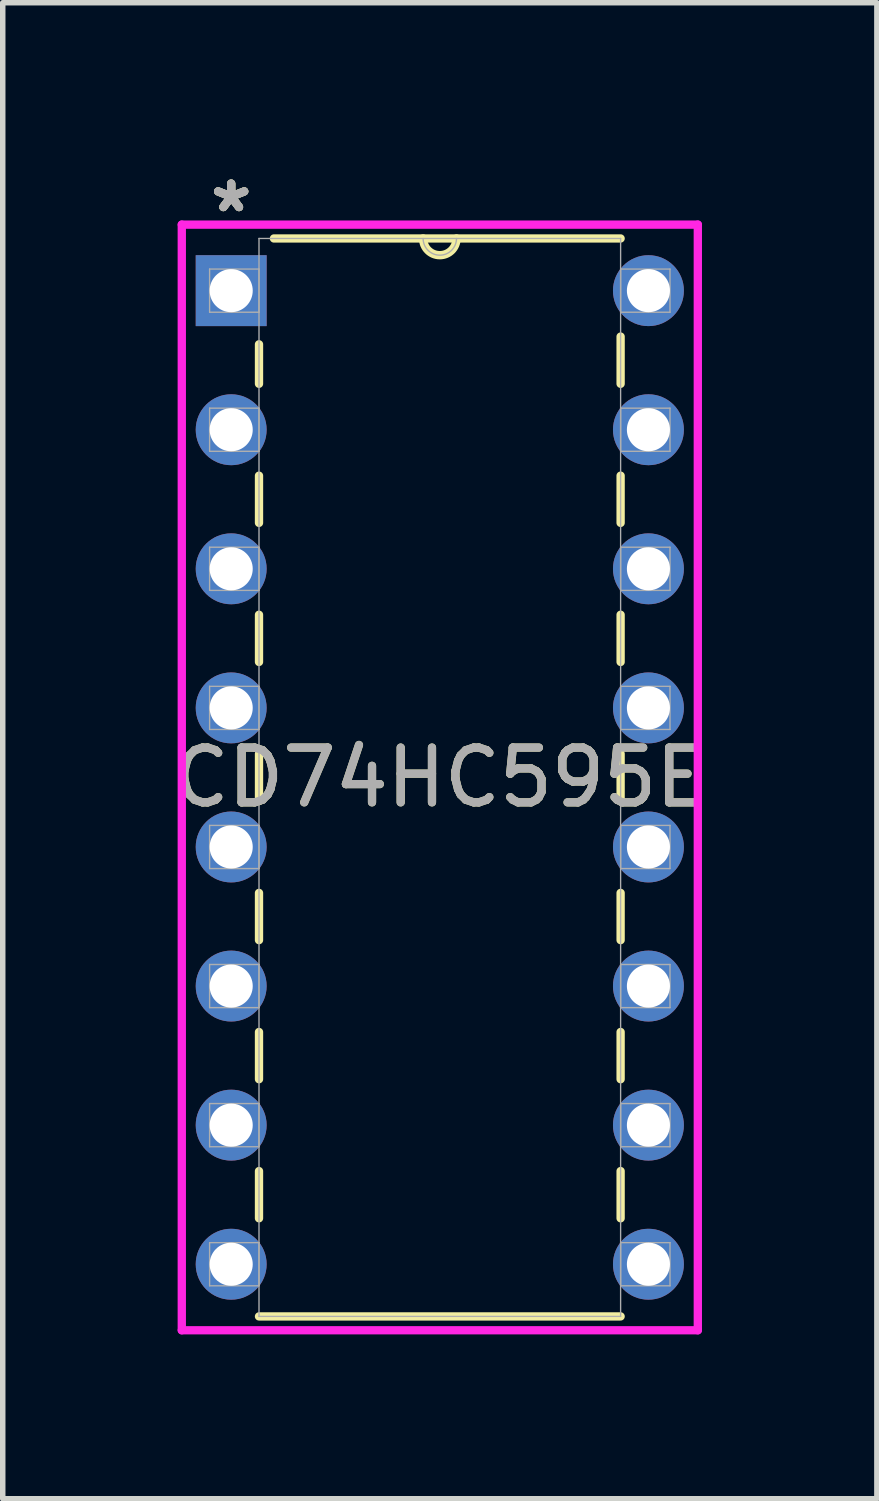
<source format=kicad_pcb>
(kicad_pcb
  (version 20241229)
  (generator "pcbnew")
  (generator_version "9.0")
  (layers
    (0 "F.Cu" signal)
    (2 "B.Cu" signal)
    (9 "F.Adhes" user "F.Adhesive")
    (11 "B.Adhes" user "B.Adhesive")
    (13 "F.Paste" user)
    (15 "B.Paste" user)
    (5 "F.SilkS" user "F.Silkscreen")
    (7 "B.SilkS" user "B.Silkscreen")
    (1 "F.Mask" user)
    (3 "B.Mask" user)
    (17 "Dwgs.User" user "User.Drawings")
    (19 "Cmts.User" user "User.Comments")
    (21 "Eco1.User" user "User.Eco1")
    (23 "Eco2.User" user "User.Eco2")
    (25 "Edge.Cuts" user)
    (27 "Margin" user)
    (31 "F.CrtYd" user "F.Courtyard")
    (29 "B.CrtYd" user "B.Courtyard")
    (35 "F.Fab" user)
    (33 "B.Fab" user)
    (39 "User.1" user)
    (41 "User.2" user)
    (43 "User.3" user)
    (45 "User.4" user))
  (footprint "CD74HC595E"
    (layer "F.Cu")
    (at 8.792 20.038)
    (property "Reference" "CD74HC595E" (at -3.81 -8.89 0) (unlocked yes) (layer "F.SilkS") (effects (font (size 1 1) (thickness 0.15))))
    (attr through_hole)
    (fp_line (start -7.112 -16.8) (end -7.112 -16.079) (stroke (width 0.152) (type solid)) (layer "F.SilkS"))
    (fp_line (start -7.112 -14.401) (end -7.112 -13.539) (stroke (width 0.152) (type solid)) (layer "F.SilkS"))
    (fp_line (start -7.112 -11.861) (end -7.112 -10.999) (stroke (width 0.152) (type solid)) (layer "F.SilkS"))
    (fp_line (start -7.112 -9.321) (end -7.112 -8.459) (stroke (width 0.152) (type solid)) (layer "F.SilkS"))
    (fp_line (start -7.112 -6.781) (end -7.112 -5.919) (stroke (width 0.152) (type solid)) (layer "F.SilkS"))
    (fp_line (start -7.112 -4.241) (end -7.112 -3.379) (stroke (width 0.152) (type solid)) (layer "F.SilkS"))
    (fp_line (start -7.112 -1.701) (end -7.112 -0.839) (stroke (width 0.152) (type solid)) (layer "F.SilkS"))
    (fp_line (start -7.112 0.953) (end -0.508 0.953) (stroke (width 0.152) (type solid)) (layer "F.SilkS"))
    (fp_line (start -0.508 -18.733) (end -6.839 -18.733) (stroke (width 0.152) (type solid)) (layer "F.SilkS"))
    (fp_line (start -0.508 -16.079) (end -0.508 -16.941) (stroke (width 0.152) (type solid)) (layer "F.SilkS"))
    (fp_line (start -0.508 -13.539) (end -0.508 -14.401) (stroke (width 0.152) (type solid)) (layer "F.SilkS"))
    (fp_line (start -0.508 -10.999) (end -0.508 -11.861) (stroke (width 0.152) (type solid)) (layer "F.SilkS"))
    (fp_line (start -0.508 -8.459) (end -0.508 -9.321) (stroke (width 0.152) (type solid)) (layer "F.SilkS"))
    (fp_line (start -0.508 -5.919) (end -0.508 -6.781) (stroke (width 0.152) (type solid)) (layer "F.SilkS"))
    (fp_line (start -0.508 -3.379) (end -0.508 -4.241) (stroke (width 0.152) (type solid)) (layer "F.SilkS"))
    (fp_line (start -0.508 -0.839) (end -0.508 -1.701) (stroke (width 0.152) (type solid)) (layer "F.SilkS"))
    (fp_arc (start -3.5052 -18.7325) (mid -3.81 -18.4277) (end -4.1148 -18.7325) (stroke (width 0.1524) (type solid)) (layer "F.SilkS"))
    (fp_line (start -8.522 -18.986) (end -8.522 1.206) (stroke (width 0.152) (type solid)) (layer "F.CrtYd"))
    (fp_line (start -8.522 1.206) (end 0.902 1.206) (stroke (width 0.152) (type solid)) (layer "F.CrtYd"))
    (fp_line (start 0.902 -18.986) (end -8.522 -18.986) (stroke (width 0.152) (type solid)) (layer "F.CrtYd"))
    (fp_line (start 0.902 1.206) (end 0.902 -18.986) (stroke (width 0.152) (type solid)) (layer "F.CrtYd"))
    (fp_line (start -8.014 -18.174) (end -8.014 -17.386) (stroke (width 0.025) (type solid)) (layer "F.Fab"))
    (fp_line (start -8.014 -17.386) (end -7.112 -17.386) (stroke (width 0.025) (type solid)) (layer "F.Fab"))
    (fp_line (start -8.014 -15.634) (end -8.014 -14.846) (stroke (width 0.025) (type solid)) (layer "F.Fab"))
    (fp_line (start -8.014 -14.846) (end -7.112 -14.846) (stroke (width 0.025) (type solid)) (layer "F.Fab"))
    (fp_line (start -8.014 -13.094) (end -8.014 -12.306) (stroke (width 0.025) (type solid)) (layer "F.Fab"))
    (fp_line (start -8.014 -12.306) (end -7.112 -12.306) (stroke (width 0.025) (type solid)) (layer "F.Fab"))
    (fp_line (start -8.014 -10.554) (end -8.014 -9.766) (stroke (width 0.025) (type solid)) (layer "F.Fab"))
    (fp_line (start -8.014 -9.766) (end -7.112 -9.766) (stroke (width 0.025) (type solid)) (layer "F.Fab"))
    (fp_line (start -8.014 -8.014) (end -8.014 -7.226) (stroke (width 0.025) (type solid)) (layer "F.Fab"))
    (fp_line (start -8.014 -7.226) (end -7.112 -7.226) (stroke (width 0.025) (type solid)) (layer "F.Fab"))
    (fp_line (start -8.014 -5.474) (end -8.014 -4.686) (stroke (width 0.025) (type solid)) (layer "F.Fab"))
    (fp_line (start -8.014 -4.686) (end -7.112 -4.686) (stroke (width 0.025) (type solid)) (layer "F.Fab"))
    (fp_line (start -8.014 -2.934) (end -8.014 -2.146) (stroke (width 0.025) (type solid)) (layer "F.Fab"))
    (fp_line (start -8.014 -2.146) (end -7.112 -2.146) (stroke (width 0.025) (type solid)) (layer "F.Fab"))
    (fp_line (start -8.014 -0.394) (end -8.014 0.394) (stroke (width 0.025) (type solid)) (layer "F.Fab"))
    (fp_line (start -8.014 0.394) (end -7.112 0.394) (stroke (width 0.025) (type solid)) (layer "F.Fab"))
    (fp_line (start -7.112 -18.733) (end -7.112 0.953) (stroke (width 0.025) (type solid)) (layer "F.Fab"))
    (fp_line (start -7.112 -18.174) (end -8.014 -18.174) (stroke (width 0.025) (type solid)) (layer "F.Fab"))
    (fp_line (start -7.112 -17.386) (end -7.112 -18.174) (stroke (width 0.025) (type solid)) (layer "F.Fab"))
    (fp_line (start -7.112 -15.634) (end -8.014 -15.634) (stroke (width 0.025) (type solid)) (layer "F.Fab"))
    (fp_line (start -7.112 -14.846) (end -7.112 -15.634) (stroke (width 0.025) (type solid)) (layer "F.Fab"))
    (fp_line (start -7.112 -13.094) (end -8.014 -13.094) (stroke (width 0.025) (type solid)) (layer "F.Fab"))
    (fp_line (start -7.112 -12.306) (end -7.112 -13.094) (stroke (width 0.025) (type solid)) (layer "F.Fab"))
    (fp_line (start -7.112 -10.554) (end -8.014 -10.554) (stroke (width 0.025) (type solid)) (layer "F.Fab"))
    (fp_line (start -7.112 -9.766) (end -7.112 -10.554) (stroke (width 0.025) (type solid)) (layer "F.Fab"))
    (fp_line (start -7.112 -8.014) (end -8.014 -8.014) (stroke (width 0.025) (type solid)) (layer "F.Fab"))
    (fp_line (start -7.112 -7.226) (end -7.112 -8.014) (stroke (width 0.025) (type solid)) (layer "F.Fab"))
    (fp_line (start -7.112 -5.474) (end -8.014 -5.474) (stroke (width 0.025) (type solid)) (layer "F.Fab"))
    (fp_line (start -7.112 -4.686) (end -7.112 -5.474) (stroke (width 0.025) (type solid)) (layer "F.Fab"))
    (fp_line (start -7.112 -2.934) (end -8.014 -2.934) (stroke (width 0.025) (type solid)) (layer "F.Fab"))
    (fp_line (start -7.112 -2.146) (end -7.112 -2.934) (stroke (width 0.025) (type solid)) (layer "F.Fab"))
    (fp_line (start -7.112 -0.394) (end -8.014 -0.394) (stroke (width 0.025) (type solid)) (layer "F.Fab"))
    (fp_line (start -7.112 0.394) (end -7.112 -0.394) (stroke (width 0.025) (type solid)) (layer "F.Fab"))
    (fp_line (start -7.112 0.953) (end -0.508 0.953) (stroke (width 0.025) (type solid)) (layer "F.Fab"))
    (fp_line (start -0.508 -18.733) (end -7.112 -18.733) (stroke (width 0.025) (type solid)) (layer "F.Fab"))
    (fp_line (start -0.508 -18.174) (end -0.508 -17.386) (stroke (width 0.025) (type solid)) (layer "F.Fab"))
    (fp_line (start -0.508 -17.386) (end 0.394 -17.386) (stroke (width 0.025) (type solid)) (layer "F.Fab"))
    (fp_line (start -0.508 -15.634) (end -0.508 -14.846) (stroke (width 0.025) (type solid)) (layer "F.Fab"))
    (fp_line (start -0.508 -14.846) (end 0.394 -14.846) (stroke (width 0.025) (type solid)) (layer "F.Fab"))
    (fp_line (start -0.508 -13.094) (end -0.508 -12.306) (stroke (width 0.025) (type solid)) (layer "F.Fab"))
    (fp_line (start -0.508 -12.306) (end 0.394 -12.306) (stroke (width 0.025) (type solid)) (layer "F.Fab"))
    (fp_line (start -0.508 -10.554) (end -0.508 -9.766) (stroke (width 0.025) (type solid)) (layer "F.Fab"))
    (fp_line (start -0.508 -9.766) (end 0.394 -9.766) (stroke (width 0.025) (type solid)) (layer "F.Fab"))
    (fp_line (start -0.508 -8.014) (end -0.508 -7.226) (stroke (width 0.025) (type solid)) (layer "F.Fab"))
    (fp_line (start -0.508 -7.226) (end 0.394 -7.226) (stroke (width 0.025) (type solid)) (layer "F.Fab"))
    (fp_line (start -0.508 -5.474) (end -0.508 -4.686) (stroke (width 0.025) (type solid)) (layer "F.Fab"))
    (fp_line (start -0.508 -4.686) (end 0.394 -4.686) (stroke (width 0.025) (type solid)) (layer "F.Fab"))
    (fp_line (start -0.508 -2.934) (end -0.508 -2.146) (stroke (width 0.025) (type solid)) (layer "F.Fab"))
    (fp_line (start -0.508 -2.146) (end 0.394 -2.146) (stroke (width 0.025) (type solid)) (layer "F.Fab"))
    (fp_line (start -0.508 -0.394) (end -0.508 0.394) (stroke (width 0.025) (type solid)) (layer "F.Fab"))
    (fp_line (start -0.508 0.394) (end 0.394 0.394) (stroke (width 0.025) (type solid)) (layer "F.Fab"))
    (fp_line (start -0.508 0.953) (end -0.508 -18.733) (stroke (width 0.025) (type solid)) (layer "F.Fab"))
    (fp_line (start 0.394 -18.174) (end -0.508 -18.174) (stroke (width 0.025) (type solid)) (layer "F.Fab"))
    (fp_line (start 0.394 -17.386) (end 0.394 -18.174) (stroke (width 0.025) (type solid)) (layer "F.Fab"))
    (fp_line (start 0.394 -15.634) (end -0.508 -15.634) (stroke (width 0.025) (type solid)) (layer "F.Fab"))
    (fp_line (start 0.394 -14.846) (end 0.394 -15.634) (stroke (width 0.025) (type solid)) (layer "F.Fab"))
    (fp_line (start 0.394 -13.094) (end -0.508 -13.094) (stroke (width 0.025) (type solid)) (layer "F.Fab"))
    (fp_line (start 0.394 -12.306) (end 0.394 -13.094) (stroke (width 0.025) (type solid)) (layer "F.Fab"))
    (fp_line (start 0.394 -10.554) (end -0.508 -10.554) (stroke (width 0.025) (type solid)) (layer "F.Fab"))
    (fp_line (start 0.394 -9.766) (end 0.394 -10.554) (stroke (width 0.025) (type solid)) (layer "F.Fab"))
    (fp_line (start 0.394 -8.014) (end -0.508 -8.014) (stroke (width 0.025) (type solid)) (layer "F.Fab"))
    (fp_line (start 0.394 -7.226) (end 0.394 -8.014) (stroke (width 0.025) (type solid)) (layer "F.Fab"))
    (fp_line (start 0.394 -5.474) (end -0.508 -5.474) (stroke (width 0.025) (type solid)) (layer "F.Fab"))
    (fp_line (start 0.394 -4.686) (end 0.394 -5.474) (stroke (width 0.025) (type solid)) (layer "F.Fab"))
    (fp_line (start 0.394 -2.934) (end -0.508 -2.934) (stroke (width 0.025) (type solid)) (layer "F.Fab"))
    (fp_line (start 0.394 -2.146) (end 0.394 -2.934) (stroke (width 0.025) (type solid)) (layer "F.Fab"))
    (fp_line (start 0.394 -0.394) (end -0.508 -0.394) (stroke (width 0.025) (type solid)) (layer "F.Fab"))
    (fp_line (start 0.394 0.394) (end 0.394 -0.394) (stroke (width 0.025) (type solid)) (layer "F.Fab"))
    (fp_arc (start -3.5052 -18.7325) (mid -3.81 -18.4277) (end -4.1148 -18.7325) (stroke (width 0.0254) (type solid)) (layer "F.Fab"))
    (fp_text user "*" (at -7.62 -19.19 0) (unlocked yes) (layer "F.SilkS") (effects (font (size 1 1) (thickness 0.15))))
    (fp_text user "*" (at -7.62 -19.19 0) (layer "F.SilkS") (effects (font (size 1 1) (thickness 0.15))))
    (fp_text user "*" (at -7.62 -19.19 0) (layer "F.Fab") (effects (font (size 1 1) (thickness 0.15))))
    (fp_text user "*" (at -7.62 -19.19 0) (unlocked yes) (layer "F.Fab") (effects (font (size 1 1) (thickness 0.15))))
    (fp_text user "${REFERENCE}" (at -3.81 -8.89 0) (unlocked yes) (layer "F.Fab") (effects (font (size 1 1) (thickness 0.15))))
    (pad "1" thru_hole rect (at -7.62 -17.78) (size 1.295 1.295) (drill 0.787) (layers "*.Cu" "*.Mask"))
    (pad "2" thru_hole circle (at -7.62 -15.24) (size 1.295 1.295) (drill 0.787) (layers "*.Cu" "*.Mask"))
    (pad "3" thru_hole circle (at -7.62 -12.7) (size 1.295 1.295) (drill 0.787) (layers "*.Cu" "*.Mask"))
    (pad "4" thru_hole circle (at -7.62 -10.16) (size 1.295 1.295) (drill 0.787) (layers "*.Cu" "*.Mask"))
    (pad "5" thru_hole circle (at -7.62 -7.62) (size 1.295 1.295) (drill 0.787) (layers "*.Cu" "*.Mask"))
    (pad "6" thru_hole circle (at -7.62 -5.08) (size 1.295 1.295) (drill 0.787) (layers "*.Cu" "*.Mask"))
    (pad "7" thru_hole circle (at -7.62 -2.54) (size 1.295 1.295) (drill 0.787) (layers "*.Cu" "*.Mask"))
    (pad "8" thru_hole circle (at -7.62 0) (size 1.295 1.295) (drill 0.787) (layers "*.Cu" "*.Mask"))
    (pad "9" thru_hole circle (at 0 0) (size 1.295 1.295) (drill 0.787) (layers "*.Cu" "*.Mask"))
    (pad "10" thru_hole circle (at 0 -2.54) (size 1.295 1.295) (drill 0.787) (layers "*.Cu" "*.Mask"))
    (pad "11" thru_hole circle (at 0 -5.08) (size 1.295 1.295) (drill 0.787) (layers "*.Cu" "*.Mask"))
    (pad "12" thru_hole circle (at 0 -7.62) (size 1.295 1.295) (drill 0.787) (layers "*.Cu" "*.Mask"))
    (pad "13" thru_hole circle (at 0 -10.16) (size 1.295 1.295) (drill 0.787) (layers "*.Cu" "*.Mask"))
    (pad "14" thru_hole circle (at 0 -12.7) (size 1.295 1.295) (drill 0.787) (layers "*.Cu" "*.Mask"))
    (pad "15" thru_hole circle (at 0 -15.24) (size 1.295 1.295) (drill 0.787) (layers "*.Cu" "*.Mask"))
    (pad "16" thru_hole circle (at 0 -17.78) (size 1.295 1.295) (drill 0.787) (layers "*.Cu" "*.Mask")))
  (gr_rect
    (start -3 -3)
    (end 12.964 24.321)
    (stroke (width 0.1) (type default))
    (fill no)
    (layer "Edge.Cuts")))
</source>
